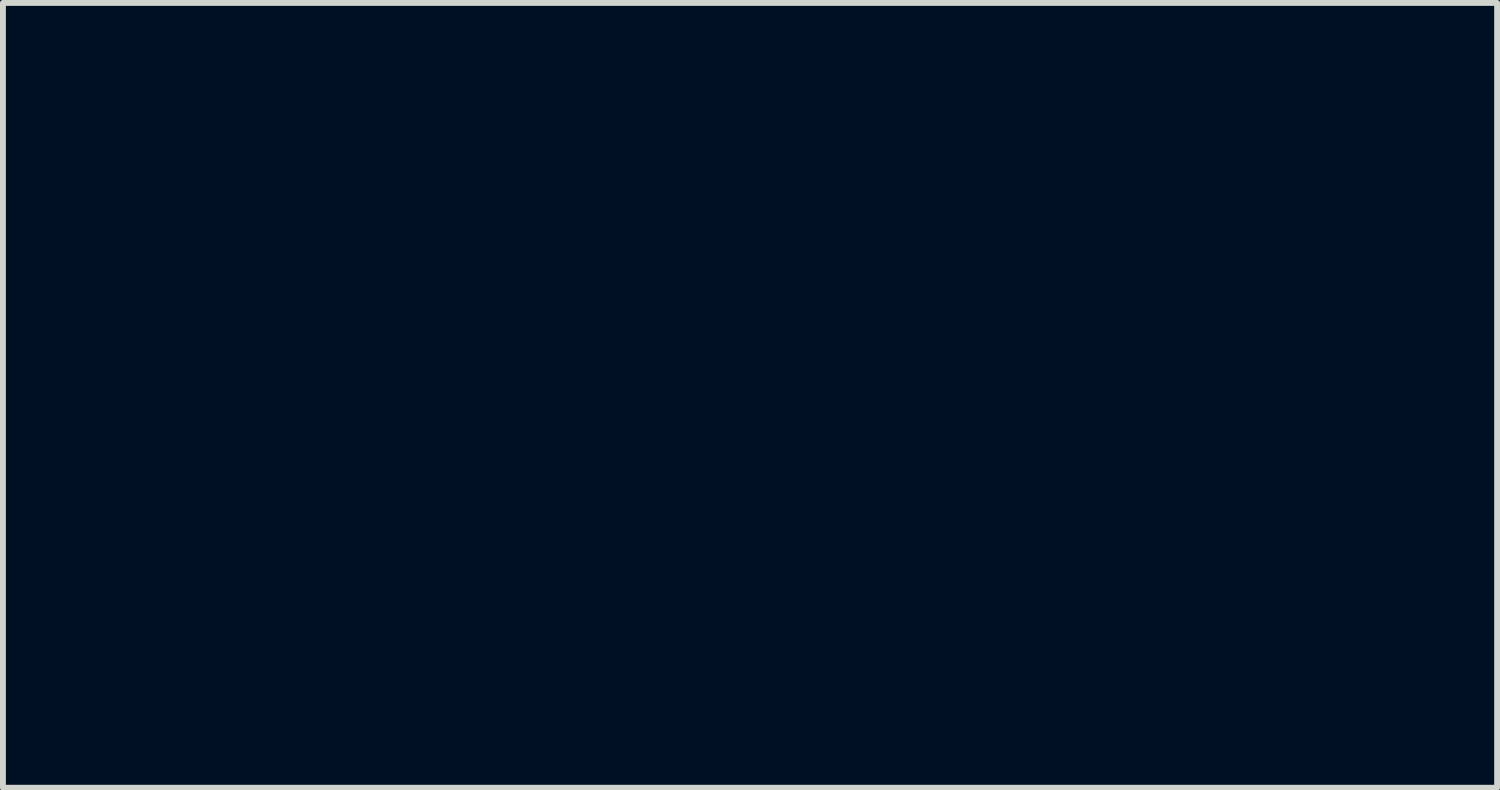
<source format=kicad_pcb>
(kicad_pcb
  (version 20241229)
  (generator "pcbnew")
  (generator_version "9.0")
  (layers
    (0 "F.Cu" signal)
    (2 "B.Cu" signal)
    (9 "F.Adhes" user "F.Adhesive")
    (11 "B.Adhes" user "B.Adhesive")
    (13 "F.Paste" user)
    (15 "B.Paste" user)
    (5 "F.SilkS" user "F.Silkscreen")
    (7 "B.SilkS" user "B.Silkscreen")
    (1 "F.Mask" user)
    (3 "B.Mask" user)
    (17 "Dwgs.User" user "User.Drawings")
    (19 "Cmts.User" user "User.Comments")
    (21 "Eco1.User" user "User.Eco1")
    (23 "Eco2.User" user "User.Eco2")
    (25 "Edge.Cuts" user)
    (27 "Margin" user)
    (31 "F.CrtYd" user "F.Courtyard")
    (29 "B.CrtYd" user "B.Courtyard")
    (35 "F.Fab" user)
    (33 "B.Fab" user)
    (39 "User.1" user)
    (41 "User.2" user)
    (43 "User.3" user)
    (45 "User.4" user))
  (footprint "LOGO_APEX_CU"
    (layer "F.Cu")
    (at 9.604 4.918)
    (property "Reference" "LOGO_APEX_CU" (at 0.25 -3.5 0) (layer "Eco1.User") (effects (font (size 1.524 1.524) (thickness 0.3))))
    (attr through_hole)
    (fp_poly (pts (xy 0.059 0.424) (xy 0.051 0.453) (xy 0.031 0.52) (xy -0.000483 0.62) (xy -0.04 0.743) (xy -0.086 0.883) (xy -0.09 0.895) (xy -0.239 1.346) (xy -0.315 1.346) (xy -0.363 1.341) (xy -0.389 1.328) (xy -0.391 1.323) (xy -0.383 1.293) (xy -0.363 1.225) (xy -0.332 1.125) (xy -0.292 1.002) (xy -0.247 0.863) (xy -0.246 0.86) (xy -0.101 0.419) (xy -0.021 0.411) (xy 0.028 0.411) (xy 0.056 0.419) (xy 0.059 0.424)) (stroke (width 0.1) (type solid)) (fill yes) (layer "F.Mask"))
    (fp_poly (pts (xy -2.717 1.219) (xy -2.739 1.283) (xy -2.761 1.346) (xy -3.1 1.346) (xy -3.21 1.345) (xy -3.305 1.343) (xy -3.379 1.34) (xy -3.426 1.336) (xy -3.439 1.332) (xy -3.431 1.305) (xy -3.411 1.239) (xy -3.38 1.142) (xy -3.34 1.019) (xy -3.295 0.879) (xy -3.289 0.862) (xy -3.139 0.406) (xy -3.055 0.406) (xy -3.024 0.405) (xy -3.001 0.406) (xy -2.988 0.414) (xy -2.986 0.437) (xy -2.994 0.48) (xy -3.015 0.549) (xy -3.048 0.652) (xy -3.095 0.792) (xy -3.114 0.849) (xy -3.154 0.969) (xy -3.187 1.073) (xy -3.211 1.15) (xy -3.223 1.193) (xy -3.224 1.199) (xy -3.206 1.206) (xy -3.155 1.213) (xy -3.081 1.217) (xy -2.989 1.219) (xy -2.97 1.219) (xy -2.717 1.219)) (stroke (width 0.1) (type solid)) (fill yes) (layer "F.Mask"))
    (fp_poly (pts (xy -4.555 0.427) (xy -4.565 0.457) (xy -4.587 0.525) (xy -4.62 0.626) (xy -4.66 0.75) (xy -4.706 0.89) (xy -4.709 0.898) (xy -4.855 1.345) (xy -4.963 1.346) (xy -5.07 1.346) (xy -5.166 1.002) (xy -5.201 0.879) (xy -5.232 0.774) (xy -5.257 0.696) (xy -5.272 0.653) (xy -5.275 0.648) (xy -5.287 0.666) (xy -5.311 0.723) (xy -5.344 0.812) (xy -5.383 0.925) (xy -5.405 0.991) (xy -5.52 1.346) (xy -5.602 1.346) (xy -5.653 1.343) (xy -5.674 1.331) (xy -5.672 1.304) (xy -5.671 1.302) (xy -5.66 1.265) (xy -5.635 1.19) (xy -5.601 1.085) (xy -5.559 0.958) (xy -5.52 0.838) (xy -5.381 0.419) (xy -5.272 0.412) (xy -5.164 0.404) (xy -5.06 0.775) (xy -4.957 1.146) (xy -4.837 0.783) (xy -4.717 0.419) (xy -4.633 0.411) (xy -4.583 0.411) (xy -4.557 0.42) (xy -4.555 0.427)) (stroke (width 0.1) (type solid)) (fill yes) (layer "F.Mask"))
    (fp_poly (pts (xy -8.538 0.427) (xy -8.549 0.462) (xy -8.563 0.49) (xy -8.584 0.511) (xy -8.622 0.525) (xy -8.685 0.534) (xy -8.772 0.539) (xy -8.957 0.546) (xy -9.087 0.94) (xy -9.216 1.333) (xy -9.297 1.341) (xy -9.347 1.343) (xy -9.376 1.337) (xy -9.378 1.333) (xy -9.371 1.306) (xy -9.351 1.24) (xy -9.32 1.144) (xy -9.282 1.027) (xy -9.259 0.957) (xy -9.217 0.83) (xy -9.181 0.719) (xy -9.152 0.631) (xy -9.134 0.577) (xy -9.13 0.565) (xy -9.135 0.55) (xy -9.165 0.54) (xy -9.224 0.535) (xy -9.308 0.533) (xy -9.388 0.532) (xy -9.451 0.528) (xy -9.489 0.523) (xy -9.496 0.519) (xy -9.487 0.488) (xy -9.475 0.456) (xy -9.467 0.44) (xy -9.453 0.428) (xy -9.429 0.419) (xy -9.389 0.413) (xy -9.329 0.41) (xy -9.245 0.407) (xy -9.13 0.407) (xy -8.997 0.406) (xy -8.868 0.407) (xy -8.753 0.41) (xy -8.657 0.413) (xy -8.586 0.418) (xy -8.546 0.423) (xy -8.538 0.427)) (stroke (width 0.1) (type solid)) (fill yes) (layer "F.Mask"))
    (fp_poly (pts (xy -5.651 0.421) (xy -5.651 0.437) (xy -5.662 0.47) (xy -5.685 0.541) (xy -5.718 0.644) (xy -5.759 0.769) (xy -5.805 0.908) (xy -5.948 1.346) (xy -6.031 1.346) (xy -6.07 1.346) (xy -6.093 1.341) (xy -6.102 1.323) (xy -6.096 1.283) (xy -6.075 1.214) (xy -6.038 1.108) (xy -6.03 1.083) (xy -6.004 1.005) (xy -5.985 0.947) (xy -5.979 0.924) (xy -5.997 0.92) (xy -6.047 0.917) (xy -6.122 0.915) (xy -6.213 0.915) (xy -6.228 0.915) (xy -6.477 0.915) (xy -6.545 1.13) (xy -6.614 1.346) (xy -6.698 1.346) (xy -6.748 1.342) (xy -6.775 1.331) (xy -6.777 1.324) (xy -6.767 1.295) (xy -6.745 1.227) (xy -6.712 1.127) (xy -6.672 1.003) (xy -6.626 0.863) (xy -6.624 0.855) (xy -6.477 0.407) (xy -6.394 0.407) (xy -6.343 0.409) (xy -6.314 0.414) (xy -6.311 0.417) (xy -6.318 0.444) (xy -6.336 0.503) (xy -6.352 0.55) (xy -6.379 0.633) (xy -6.402 0.705) (xy -6.41 0.73) (xy -6.427 0.787) (xy -6.179 0.787) (xy -5.93 0.787) (xy -5.871 0.603) (xy -5.811 0.419) (xy -5.726 0.411) (xy -5.673 0.41) (xy -5.651 0.421)) (stroke (width 0.1) (type solid)) (fill yes) (layer "F.Mask"))
    (fp_poly (pts (xy -1.564 0.734) (xy -1.589 0.874) (xy -1.643 1.009) (xy -1.722 1.127) (xy -1.742 1.148) (xy -1.742 0.784) (xy -1.745 0.687) (xy -1.778 0.604) (xy -1.804 0.574) (xy -1.88 0.53) (xy -1.975 0.519) (xy -2.078 0.539) (xy -2.181 0.586) (xy -2.276 0.657) (xy -2.353 0.749) (xy -2.37 0.779) (xy -2.415 0.885) (xy -2.437 0.991) (xy -2.435 1.083) (xy -2.408 1.15) (xy -2.406 1.152) (xy -2.334 1.205) (xy -2.241 1.229) (xy -2.136 1.224) (xy -2.03 1.19) (xy -1.983 1.164) (xy -1.89 1.086) (xy -1.817 0.992) (xy -1.767 0.888) (xy -1.742 0.784) (xy -1.742 1.148) (xy -1.761 1.168) (xy -1.884 1.258) (xy -2.027 1.322) (xy -2.178 1.356) (xy -2.323 1.356) (xy -2.379 1.345) (xy -2.478 1.305) (xy -2.554 1.246) (xy -2.597 1.176) (xy -2.617 1.06) (xy -2.605 0.934) (xy -2.563 0.807) (xy -2.496 0.685) (xy -2.408 0.579) (xy -2.301 0.496) (xy -2.297 0.493) (xy -2.178 0.437) (xy -2.053 0.404) (xy -1.931 0.393) (xy -1.817 0.403) (xy -1.717 0.434) (xy -1.638 0.485) (xy -1.586 0.554) (xy -1.57 0.6) (xy -1.564 0.734)) (stroke (width 0.1) (type solid)) (fill yes) (layer "F.Mask"))
    (fp_poly (pts (xy -6.702 0.496) (xy -6.71 0.526) (xy -6.727 0.575) (xy -6.745 0.619) (xy -6.751 0.63) (xy -6.769 0.623) (xy -6.808 0.596) (xy -6.829 0.581) (xy -6.879 0.549) (xy -6.934 0.532) (xy -7.009 0.525) (xy -7.055 0.524) (xy -7.142 0.527) (xy -7.208 0.54) (xy -7.268 0.566) (xy -7.321 0.599) (xy -7.411 0.677) (xy -7.483 0.773) (xy -7.533 0.878) (xy -7.557 0.984) (xy -7.552 1.081) (xy -7.535 1.128) (xy -7.486 1.181) (xy -7.41 1.216) (xy -7.314 1.23) (xy -7.206 1.224) (xy -7.095 1.197) (xy -7.005 1.157) (xy -6.956 1.135) (xy -6.926 1.127) (xy -6.922 1.128) (xy -6.923 1.156) (xy -6.939 1.208) (xy -6.939 1.211) (xy -6.971 1.265) (xy -7.024 1.3) (xy -7.054 1.311) (xy -7.164 1.338) (xy -7.284 1.353) (xy -7.398 1.356) (xy -7.486 1.346) (xy -7.597 1.304) (xy -7.677 1.236) (xy -7.724 1.144) (xy -7.737 1.044) (xy -7.718 0.901) (xy -7.664 0.768) (xy -7.583 0.648) (xy -7.477 0.546) (xy -7.352 0.466) (xy -7.214 0.412) (xy -7.067 0.389) (xy -6.937 0.396) (xy -6.863 0.412) (xy -6.792 0.435) (xy -6.737 0.462) (xy -6.705 0.486) (xy -6.702 0.496)) (stroke (width 0.1) (type solid)) (fill yes) (layer "F.Mask"))
    (fp_poly (pts (xy 1.016 0.429) (xy 1.014 0.469) (xy 1.003 0.498) (xy 0.978 0.516) (xy 0.932 0.527) (xy 0.861 0.532) (xy 0.758 0.533) (xy 0.725 0.533) (xy 0.457 0.533) (xy 0.416 0.66) (xy 0.375 0.787) (xy 0.627 0.787) (xy 0.721 0.789) (xy 0.799 0.793) (xy 0.854 0.799) (xy 0.879 0.807) (xy 0.879 0.808) (xy 0.869 0.843) (xy 0.855 0.871) (xy 0.838 0.889) (xy 0.808 0.902) (xy 0.759 0.911) (xy 0.683 0.916) (xy 0.58 0.92) (xy 0.329 0.927) (xy 0.283 1.067) (xy 0.238 1.206) (xy 0.5 1.214) (xy 0.596 1.218) (xy 0.676 1.224) (xy 0.734 1.232) (xy 0.761 1.241) (xy 0.762 1.243) (xy 0.76 1.279) (xy 0.752 1.305) (xy 0.732 1.324) (xy 0.695 1.335) (xy 0.636 1.342) (xy 0.549 1.345) (xy 0.431 1.346) (xy 0.389 1.346) (xy 0.273 1.345) (xy 0.175 1.342) (xy 0.099 1.336) (xy 0.052 1.33) (xy 0.039 1.323) (xy 0.046 1.293) (xy 0.067 1.225) (xy 0.098 1.125) (xy 0.138 1.002) (xy 0.183 0.863) (xy 0.184 0.86) (xy 0.329 0.419) (xy 0.673 0.412) (xy 0.796 0.411) (xy 0.896 0.413) (xy 0.969 0.417) (xy 1.009 0.424) (xy 1.016 0.429)) (stroke (width 0.1) (type solid)) (fill yes) (layer "F.Mask"))
    (fp_poly (pts (xy -3.468 0.761) (xy -3.495 0.879) (xy -3.547 0.998) (xy -3.623 1.11) (xy -3.641 1.128) (xy -3.641 0.712) (xy -3.644 0.684) (xy -3.676 0.604) (xy -3.734 0.55) (xy -3.812 0.521) (xy -3.903 0.517) (xy -4.001 0.539) (xy -4.097 0.586) (xy -4.185 0.659) (xy -4.205 0.68) (xy -4.269 0.774) (xy -4.321 0.879) (xy -4.351 0.981) (xy -4.357 1.032) (xy -4.34 1.111) (xy -4.293 1.173) (xy -4.222 1.214) (xy -4.134 1.232) (xy -4.037 1.226) (xy -3.936 1.192) (xy -3.916 1.182) (xy -3.83 1.117) (xy -3.753 1.027) (xy -3.692 0.922) (xy -3.653 0.814) (xy -3.641 0.712) (xy -3.641 1.128) (xy -3.721 1.208) (xy -3.783 1.254) (xy -3.864 1.296) (xy -3.958 1.331) (xy -4.056 1.356) (xy -4.145 1.368) (xy -4.213 1.364) (xy -4.23 1.359) (xy -4.261 1.349) (xy -4.312 1.337) (xy -4.322 1.335) (xy -4.406 1.296) (xy -4.475 1.226) (xy -4.518 1.135) (xy -4.525 1.102) (xy -4.523 0.985) (xy -4.49 0.859) (xy -4.432 0.735) (xy -4.352 0.621) (xy -4.256 0.528) (xy -4.211 0.497) (xy -4.094 0.441) (xy -3.966 0.406) (xy -3.836 0.394) (xy -3.716 0.404) (xy -3.614 0.437) (xy -3.563 0.47) (xy -3.5 0.549) (xy -3.47 0.648) (xy -3.468 0.761)) (stroke (width 0.1) (type solid)) (fill yes) (layer "F.Mask"))
    (fp_poly (pts (xy -7.737 0.43) (xy -7.74 0.47) (xy -7.751 0.498) (xy -7.776 0.516) (xy -7.822 0.527) (xy -7.893 0.532) (xy -7.997 0.533) (xy -8.028 0.533) (xy -8.294 0.534) (xy -8.328 0.642) (xy -8.349 0.71) (xy -8.361 0.758) (xy -8.362 0.769) (xy -8.344 0.776) (xy -8.294 0.782) (xy -8.22 0.786) (xy -8.129 0.787) (xy -8.118 0.787) (xy -8.026 0.788) (xy -7.949 0.791) (xy -7.896 0.796) (xy -7.874 0.801) (xy -7.874 0.802) (xy -7.882 0.833) (xy -7.894 0.865) (xy -7.906 0.886) (xy -7.925 0.899) (xy -7.96 0.908) (xy -8.016 0.912) (xy -8.1 0.914) (xy -8.165 0.914) (xy -8.416 0.914) (xy -8.465 1.06) (xy -8.513 1.206) (xy -8.252 1.214) (xy -8.156 1.218) (xy -8.076 1.224) (xy -8.019 1.232) (xy -7.992 1.241) (xy -7.991 1.243) (xy -7.993 1.279) (xy -8.001 1.305) (xy -8.021 1.324) (xy -8.058 1.335) (xy -8.117 1.342) (xy -8.204 1.345) (xy -8.323 1.346) (xy -8.365 1.346) (xy -8.477 1.345) (xy -8.574 1.342) (xy -8.65 1.338) (xy -8.699 1.333) (xy -8.714 1.327) (xy -8.707 1.299) (xy -8.686 1.232) (xy -8.655 1.133) (xy -8.615 1.01) (xy -8.57 0.87) (xy -8.565 0.857) (xy -8.416 0.406) (xy -8.077 0.406) (xy -7.962 0.408) (xy -7.865 0.411) (xy -7.792 0.417) (xy -7.748 0.424) (xy -7.737 0.43)) (stroke (width 0.1) (type solid)) (fill yes) (layer "F.Mask"))
    (fp_poly (pts (xy 1.895 0.466) (xy 1.884 0.512) (xy 1.87 0.543) (xy 1.847 0.571) (xy 1.816 0.57) (xy 1.787 0.557) (xy 1.721 0.536) (xy 1.634 0.526) (xy 1.54 0.526) (xy 1.453 0.537) (xy 1.387 0.558) (xy 1.375 0.565) (xy 1.314 0.627) (xy 1.29 0.701) (xy 1.29 0.712) (xy 1.308 0.733) (xy 1.359 0.757) (xy 1.438 0.78) (xy 1.534 0.8) (xy 1.646 0.833) (xy 1.723 0.883) (xy 1.764 0.951) (xy 1.769 1.035) (xy 1.768 1.04) (xy 1.732 1.142) (xy 1.663 1.227) (xy 1.566 1.292) (xy 1.445 1.336) (xy 1.305 1.357) (xy 1.151 1.352) (xy 1.096 1.344) (xy 1.012 1.329) (xy 0.961 1.316) (xy 0.936 1.298) (xy 0.931 1.272) (xy 0.94 1.232) (xy 0.944 1.22) (xy 0.967 1.166) (xy 0.993 1.157) (xy 0.996 1.159) (xy 1.03 1.173) (xy 1.088 1.194) (xy 1.143 1.212) (xy 1.243 1.232) (xy 1.343 1.231) (xy 1.434 1.21) (xy 1.509 1.174) (xy 1.561 1.123) (xy 1.582 1.062) (xy 1.583 1.055) (xy 1.573 1.013) (xy 1.541 0.981) (xy 1.481 0.954) (xy 1.389 0.93) (xy 1.368 0.926) (xy 1.285 0.903) (xy 1.209 0.87) (xy 1.153 0.833) (xy 1.129 0.805) (xy 1.114 0.732) (xy 1.132 0.651) (xy 1.176 0.57) (xy 1.243 0.498) (xy 1.328 0.444) (xy 1.334 0.442) (xy 1.408 0.418) (xy 1.496 0.404) (xy 1.591 0.397) (xy 1.685 0.398) (xy 1.77 0.406) (xy 1.839 0.421) (xy 1.883 0.443) (xy 1.895 0.466)) (stroke (width 0.1) (type solid)) (fill yes) (layer "F.Mask"))
    (fp_poly (pts (xy -0.405 0.508) (xy -0.412 0.555) (xy -0.413 0.559) (xy -0.428 0.611) (xy -0.438 0.635) (xy -0.438 0.635) (xy -0.456 0.625) (xy -0.498 0.599) (xy -0.529 0.58) (xy -0.64 0.534) (xy -0.766 0.519) (xy -0.897 0.536) (xy -1.021 0.58) (xy -1.127 0.65) (xy -1.169 0.693) (xy -1.232 0.792) (xy -1.271 0.9) (xy -1.285 1.007) (xy -1.271 1.101) (xy -1.23 1.173) (xy -1.227 1.176) (xy -1.193 1.202) (xy -1.151 1.218) (xy -1.09 1.226) (xy -1.001 1.228) (xy -0.919 1.225) (xy -0.849 1.217) (xy -0.803 1.207) (xy -0.794 1.202) (xy -0.764 1.164) (xy -0.733 1.099) (xy -0.722 1.071) (xy -0.686 0.965) (xy -0.802 0.965) (xy -0.87 0.964) (xy -0.905 0.957) (xy -0.915 0.938) (xy -0.904 0.903) (xy -0.898 0.887) (xy -0.885 0.865) (xy -0.862 0.85) (xy -0.822 0.842) (xy -0.756 0.839) (xy -0.682 0.838) (xy -0.592 0.838) (xy -0.534 0.842) (xy -0.505 0.859) (xy -0.5 0.896) (xy -0.518 0.963) (xy -0.553 1.066) (xy -0.568 1.108) (xy -0.599 1.194) (xy -0.626 1.246) (xy -0.657 1.275) (xy -0.702 1.295) (xy -0.707 1.297) (xy -0.767 1.315) (xy -0.847 1.333) (xy -0.935 1.349) (xy -1.016 1.362) (xy -1.077 1.368) (xy -1.094 1.367) (xy -1.13 1.362) (xy -1.187 1.351) (xy -1.217 1.345) (xy -1.322 1.306) (xy -1.406 1.241) (xy -1.44 1.196) (xy -1.464 1.119) (xy -1.463 1.016) (xy -1.442 0.901) (xy -1.404 0.786) (xy -1.35 0.681) (xy -1.305 0.622) (xy -1.187 0.521) (xy -1.043 0.447) (xy -0.885 0.403) (xy -0.72 0.392) (xy -0.602 0.405) (xy -0.508 0.427) (xy -0.447 0.448) (xy -0.415 0.473) (xy -0.405 0.508)) (stroke (width 0.1) (type solid)) (fill yes) (layer "F.Mask"))
    (fp_poly (pts (xy 0.241 -1.752) (xy 0.234 -1.623) (xy 0.194 -1.496) (xy 0.122 -1.373) (xy 0.021 -1.257) (xy -0.109 -1.149) (xy -0.264 -1.053) (xy -0.444 -0.969) (xy -0.647 -0.902) (xy -0.69 -0.891) (xy -0.804 -0.867) (xy -0.804 -1.717) (xy -0.833 -1.782) (xy -0.835 -1.784) (xy -0.862 -1.81) (xy -0.895 -1.831) (xy -0.94 -1.848) (xy -0.999 -1.861) (xy -1.077 -1.872) (xy -1.177 -1.879) (xy -1.303 -1.884) (xy -1.46 -1.887) (xy -1.65 -1.889) (xy -1.719 -1.889) (xy -2.393 -1.892) (xy -2.515 -1.587) (xy -2.56 -1.474) (xy -2.597 -1.376) (xy -2.624 -1.303) (xy -2.637 -1.263) (xy -2.637 -1.26) (xy -2.619 -1.253) (xy -2.567 -1.249) (xy -2.487 -1.248) (xy -2.385 -1.248) (xy -2.266 -1.251) (xy -2.136 -1.255) (xy -2 -1.26) (xy -1.864 -1.267) (xy -1.734 -1.275) (xy -1.615 -1.284) (xy -1.512 -1.294) (xy -1.495 -1.296) (xy -1.307 -1.325) (xy -1.154 -1.364) (xy -1.03 -1.416) (xy -0.932 -1.482) (xy -0.855 -1.563) (xy -0.812 -1.642) (xy -0.804 -1.717) (xy -0.804 -0.867) (xy -0.833 -0.861) (xy -1.004 -0.837) (xy -1.207 -0.818) (xy -1.443 -0.803) (xy -1.713 -0.794) (xy -2.02 -0.789) (xy -2.202 -0.788) (xy -2.83 -0.787) (xy -3.029 -0.318) (xy -3.227 0.152) (xy -3.743 0.152) (xy -3.881 0.152) (xy -4.004 0.15) (xy -4.109 0.148) (xy -4.19 0.145) (xy -4.242 0.141) (xy -4.259 0.138) (xy -4.251 0.113) (xy -4.225 0.048) (xy -4.186 -0.051) (xy -4.135 -0.18) (xy -4.073 -0.332) (xy -4.004 -0.504) (xy -3.929 -0.689) (xy -3.85 -0.883) (xy -3.77 -1.08) (xy -3.691 -1.275) (xy -3.614 -1.463) (xy -3.541 -1.639) (xy -3.476 -1.798) (xy -3.42 -1.934) (xy -3.376 -2.038) (xy -3.239 -2.362) (xy -2.133 -2.362) (xy -1.8 -2.361) (xy -1.504 -2.359) (xy -1.242 -2.355) (xy -1.012 -2.349) (xy -0.811 -2.34) (xy -0.636 -2.327) (xy -0.486 -2.312) (xy -0.358 -2.292) (xy -0.249 -2.269) (xy -0.156 -2.24) (xy -0.079 -2.207) (xy -0.013 -2.168) (xy 0.044 -2.123) (xy 0.093 -2.073) (xy 0.138 -2.015) (xy 0.147 -2.003) (xy 0.212 -1.879) (xy 0.241 -1.752)) (stroke (width 0.1) (type solid)) (fill yes) (layer "F.Mask"))
    (fp_poly (pts (xy -4.827 0.153) (xy -5.318 0.146) (xy -5.809 0.14) (xy -5.882 -0.114) (xy -5.955 -0.368) (xy -6.118 -0.369) (xy -6.118 -0.879) (xy -6.121 -0.904) (xy -6.135 -0.969) (xy -6.158 -1.062) (xy -6.187 -1.176) (xy -6.219 -1.3) (xy -6.253 -1.426) (xy -6.285 -1.544) (xy -6.313 -1.645) (xy -6.336 -1.72) (xy -6.349 -1.759) (xy -6.351 -1.762) (xy -6.369 -1.752) (xy -6.415 -1.718) (xy -6.484 -1.664) (xy -6.571 -1.593) (xy -6.672 -1.509) (xy -6.781 -1.417) (xy -6.895 -1.32) (xy -7.009 -1.223) (xy -7.117 -1.129) (xy -7.216 -1.042) (xy -7.3 -0.967) (xy -7.365 -0.908) (xy -7.406 -0.867) (xy -7.415 -0.857) (xy -7.402 -0.851) (xy -7.351 -0.846) (xy -7.264 -0.844) (xy -7.142 -0.844) (xy -6.987 -0.846) (xy -6.801 -0.851) (xy -6.78 -0.851) (xy -6.624 -0.856) (xy -6.481 -0.86) (xy -6.355 -0.865) (xy -6.252 -0.869) (xy -6.175 -0.873) (xy -6.129 -0.877) (xy -6.118 -0.879) (xy -6.118 -0.369) (xy -6.897 -0.375) (xy -7.84 -0.381) (xy -8.008 -0.22) (xy -8.094 -0.139) (xy -8.183 -0.056) (xy -8.263 0.017) (xy -8.294 0.045) (xy -8.411 0.149) (xy -8.934 0.157) (xy -9.072 0.158) (xy -9.197 0.159) (xy -9.303 0.158) (xy -9.385 0.155) (xy -9.438 0.152) (xy -9.457 0.148) (xy -9.457 0.148) (xy -9.447 0.129) (xy -9.415 0.092) (xy -9.36 0.035) (xy -9.28 -0.044) (xy -9.173 -0.147) (xy -9.036 -0.277) (xy -8.949 -0.359) (xy -8.832 -0.468) (xy -8.694 -0.597) (xy -8.537 -0.742) (xy -8.367 -0.899) (xy -8.189 -1.063) (xy -8.006 -1.23) (xy -7.824 -1.397) (xy -7.648 -1.558) (xy -7.482 -1.71) (xy -7.33 -1.847) (xy -7.198 -1.967) (xy -7.09 -2.064) (xy -7.036 -2.113) (xy -6.754 -2.362) (xy -6.173 -2.362) (xy -5.998 -2.362) (xy -5.858 -2.36) (xy -5.751 -2.357) (xy -5.674 -2.353) (xy -5.622 -2.347) (xy -5.592 -2.339) (xy -5.583 -2.33) (xy -5.573 -2.301) (xy -5.551 -2.229) (xy -5.518 -2.12) (xy -5.474 -1.979) (xy -5.422 -1.81) (xy -5.363 -1.619) (xy -5.299 -1.41) (xy -5.251 -1.257) (xy -5.182 -1.032) (xy -5.116 -0.816) (xy -5.054 -0.613) (xy -4.998 -0.43) (xy -4.95 -0.274) (xy -4.913 -0.149) (xy -4.887 -0.062) (xy -4.878 -0.031) (xy -4.827 0.153)) (stroke (width 0.1) (type solid)) (fill yes) (layer "F.Mask"))
    (fp_poly (pts (xy 4.901 -2.343) (xy 4.889 -2.314) (xy 4.863 -2.251) (xy 4.827 -2.167) (xy 4.811 -2.131) (xy 4.728 -1.939) (xy 3.875 -1.922) (xy 3.675 -1.918) (xy 3.468 -1.915) (xy 3.263 -1.912) (xy 3.066 -1.909) (xy 2.885 -1.907) (xy 2.727 -1.906) (xy 2.599 -1.905) (xy 2.576 -1.905) (xy 2.13 -1.905) (xy 2.033 -1.653) (xy 1.936 -1.402) (xy 2.032 -1.384) (xy 2.07 -1.381) (xy 2.142 -1.379) (xy 2.246 -1.376) (xy 2.377 -1.375) (xy 2.531 -1.374) (xy 2.705 -1.373) (xy 2.894 -1.374) (xy 3.094 -1.375) (xy 3.209 -1.375) (xy 3.412 -1.377) (xy 3.604 -1.377) (xy 3.781 -1.377) (xy 3.941 -1.376) (xy 4.078 -1.374) (xy 4.19 -1.372) (xy 4.272 -1.369) (xy 4.321 -1.365) (xy 4.333 -1.363) (xy 4.362 -1.344) (xy 4.373 -1.315) (xy 4.366 -1.267) (xy 4.339 -1.188) (xy 4.324 -1.147) (xy 4.281 -1.056) (xy 4.238 -0.996) (xy 4.221 -0.984) (xy 4.189 -0.976) (xy 4.121 -0.969) (xy 4.022 -0.962) (xy 3.894 -0.955) (xy 3.74 -0.948) (xy 3.566 -0.941) (xy 3.373 -0.935) (xy 3.166 -0.93) (xy 2.948 -0.925) (xy 2.723 -0.921) (xy 2.494 -0.919) (xy 2.265 -0.917) (xy 2.254 -0.917) (xy 1.723 -0.914) (xy 1.597 -0.616) (xy 1.472 -0.318) (xy 2.845 -0.304) (xy 3.073 -0.302) (xy 3.29 -0.299) (xy 3.492 -0.296) (xy 3.676 -0.293) (xy 3.839 -0.29) (xy 3.978 -0.286) (xy 4.09 -0.283) (xy 4.171 -0.28) (xy 4.219 -0.276) (xy 4.231 -0.274) (xy 4.228 -0.246) (xy 4.212 -0.186) (xy 4.185 -0.108) (xy 4.154 -0.024) (xy 4.122 0.052) (xy 4.095 0.106) (xy 4.088 0.112) (xy 4.072 0.118) (xy 4.046 0.123) (xy 4.006 0.128) (xy 3.952 0.132) (xy 3.88 0.136) (xy 3.788 0.139) (xy 3.675 0.142) (xy 3.538 0.145) (xy 3.374 0.148) (xy 3.181 0.15) (xy 2.958 0.153) (xy 2.702 0.156) (xy 2.41 0.158) (xy 2.184 0.16) (xy 1.871 0.163) (xy 1.581 0.164) (xy 1.316 0.165) (xy 1.077 0.166) (xy 0.866 0.166) (xy 0.686 0.165) (xy 0.536 0.163) (xy 0.42 0.161) (xy 0.338 0.159) (xy 0.293 0.155) (xy 0.283 0.153) (xy 0.284 0.136) (xy 0.292 0.101) (xy 0.31 0.044) (xy 0.339 -0.037) (xy 0.379 -0.145) (xy 0.431 -0.282) (xy 0.497 -0.452) (xy 0.578 -0.656) (xy 0.674 -0.898) (xy 0.786 -1.18) (xy 0.886 -1.428) (xy 1.26 -2.361) (xy 3.084 -2.362) (xy 3.347 -2.361) (xy 3.598 -2.361) (xy 3.836 -2.36) (xy 4.056 -2.359) (xy 4.257 -2.357) (xy 4.436 -2.356) (xy 4.589 -2.354) (xy 4.715 -2.351) (xy 4.811 -2.349) (xy 4.873 -2.347) (xy 4.9 -2.344) (xy 4.901 -2.343)) (stroke (width 0.1) (type solid)) (fill yes) (layer "F.Mask"))
    (fp_poly (pts (xy 9.774 -2.349) (xy 9.425 -2.123) (xy 9.332 -2.064) (xy 9.214 -1.99) (xy 9.075 -1.903) (xy 8.921 -1.807) (xy 8.757 -1.707) (xy 8.589 -1.603) (xy 8.422 -1.501) (xy 8.262 -1.404) (xy 8.113 -1.314) (xy 7.981 -1.235) (xy 7.873 -1.17) (xy 7.792 -1.123) (xy 7.771 -1.112) (xy 7.719 -1.079) (xy 7.685 -1.051) (xy 7.679 -1.04) (xy 7.694 -1.01) (xy 7.738 -0.954) (xy 7.806 -0.875) (xy 7.897 -0.776) (xy 8.007 -0.661) (xy 8.132 -0.533) (xy 8.27 -0.396) (xy 8.355 -0.313) (xy 8.484 -0.187) (xy 8.584 -0.088) (xy 8.66 -0.012) (xy 8.713 0.045) (xy 8.747 0.086) (xy 8.764 0.114) (xy 8.769 0.133) (xy 8.764 0.146) (xy 8.764 0.147) (xy 8.742 0.152) (xy 8.685 0.157) (xy 8.6 0.162) (xy 8.491 0.166) (xy 8.362 0.17) (xy 8.221 0.173) (xy 8.194 0.174) (xy 7.638 0.183) (xy 7.517 0.051) (xy 7.458 -0.012) (xy 7.378 -0.098) (xy 7.285 -0.197) (xy 7.189 -0.3) (xy 7.148 -0.344) (xy 6.901 -0.609) (xy 6.656 -0.458) (xy 6.562 -0.401) (xy 6.443 -0.329) (xy 6.307 -0.248) (xy 6.165 -0.163) (xy 6.026 -0.081) (xy 5.995 -0.062) (xy 5.918 -0.017) (xy 5.808 0.048) (xy 5.67 0.131) (xy 5.505 0.23) (xy 5.317 0.343) (xy 5.11 0.467) (xy 4.885 0.602) (xy 4.647 0.746) (xy 4.398 0.895) (xy 4.142 1.05) (xy 3.881 1.207) (xy 3.751 1.286) (xy 1.925 2.388) (xy -3.815 2.388) (xy -9.554 2.388) (xy -9.554 1.956) (xy -9.554 1.524) (xy -3.818 1.524) (xy 1.918 1.524) (xy 2.488 1.184) (xy 2.611 1.11) (xy 2.765 1.018) (xy 2.943 0.912) (xy 3.142 0.793) (xy 3.354 0.666) (xy 3.576 0.533) (xy 3.803 0.398) (xy 4.027 0.263) (xy 4.211 0.153) (xy 4.427 0.024) (xy 4.647 -0.108) (xy 4.865 -0.239) (xy 5.077 -0.365) (xy 5.277 -0.485) (xy 5.461 -0.595) (xy 5.624 -0.692) (xy 5.76 -0.774) (xy 5.857 -0.832) (xy 6.351 -1.126) (xy 6.312 -1.179) (xy 6.288 -1.208) (xy 6.238 -1.264) (xy 6.165 -1.344) (xy 6.073 -1.444) (xy 5.965 -1.559) (xy 5.847 -1.686) (xy 5.748 -1.791) (xy 5.223 -2.349) (xy 5.759 -2.356) (xy 6.295 -2.363) (xy 6.424 -2.243) (xy 6.486 -2.184) (xy 6.569 -2.101) (xy 6.664 -2.005) (xy 6.761 -1.905) (xy 6.797 -1.868) (xy 6.883 -1.778) (xy 6.961 -1.696) (xy 7.025 -1.629) (xy 7.068 -1.584) (xy 7.081 -1.571) (xy 7.093 -1.56) (xy 7.108 -1.555) (xy 7.129 -1.557) (xy 7.159 -1.568) (xy 7.203 -1.59) (xy 7.264 -1.624) (xy 7.345 -1.673) (xy 7.45 -1.738) (xy 7.582 -1.822) (xy 7.745 -1.926) (xy 7.775 -1.945) (xy 8.428 -2.363) (xy 9.101 -2.356) (xy 9.774 -2.349)) (stroke (width 0.1) (type solid)) (fill yes) (layer "F.Mask")))
  (gr_rect
    (start -3 -3)
    (end 22.428 10.356)
    (stroke (width 0.1) (type default))
    (fill no)
    (layer "Edge.Cuts")))
</source>
